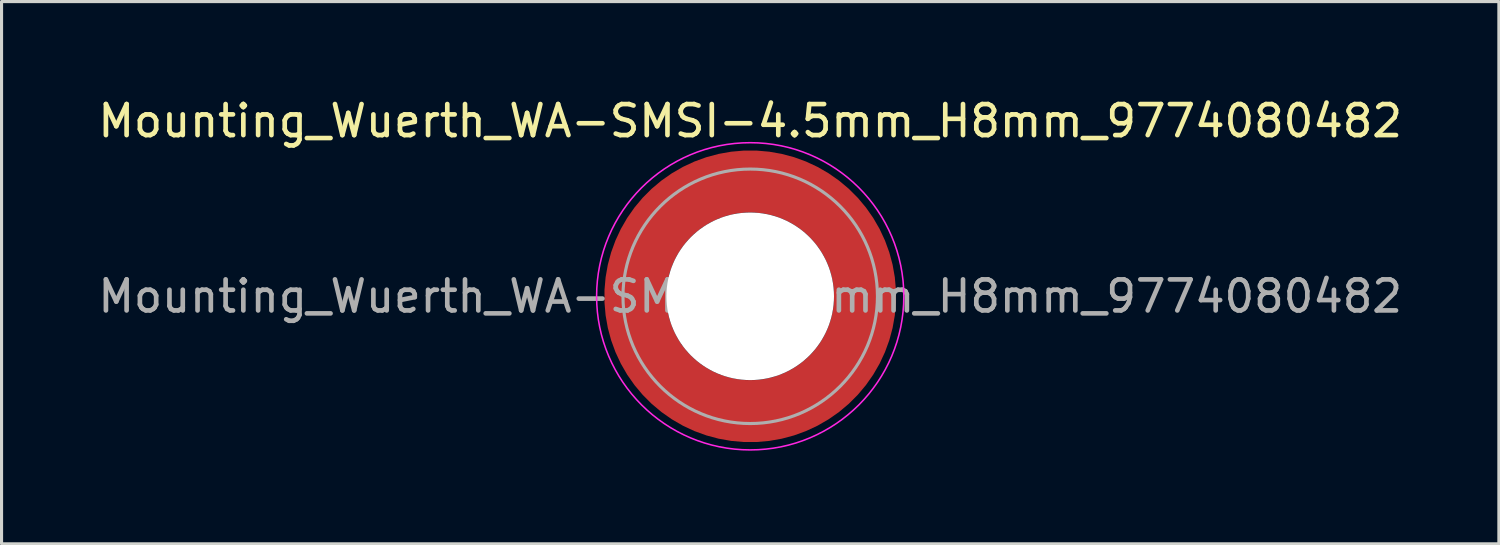
<source format=kicad_pcb>
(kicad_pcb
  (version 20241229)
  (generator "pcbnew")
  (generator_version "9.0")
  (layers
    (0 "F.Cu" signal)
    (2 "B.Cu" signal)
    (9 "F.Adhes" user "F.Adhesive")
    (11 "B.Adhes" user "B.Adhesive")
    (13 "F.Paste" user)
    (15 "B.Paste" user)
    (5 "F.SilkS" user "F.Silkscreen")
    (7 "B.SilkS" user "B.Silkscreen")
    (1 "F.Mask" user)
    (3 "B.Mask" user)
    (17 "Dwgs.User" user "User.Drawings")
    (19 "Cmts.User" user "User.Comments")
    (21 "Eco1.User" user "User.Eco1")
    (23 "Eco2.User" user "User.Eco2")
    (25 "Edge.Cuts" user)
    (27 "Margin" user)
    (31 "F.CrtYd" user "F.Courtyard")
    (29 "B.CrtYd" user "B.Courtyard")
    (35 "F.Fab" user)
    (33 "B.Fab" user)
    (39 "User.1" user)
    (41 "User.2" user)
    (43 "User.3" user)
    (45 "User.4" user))
  (footprint "Mounting_Wuerth_WA-SMSI-4.5mm_H8mm_9774080482"
    (layer "F.Cu")
    (at 21.125 6.498)
    (property "Reference" "Mounting_Wuerth_WA-SMSI-4.5mm_H8mm_9774080482" (at 0 -5.65 0) (layer "F.SilkS") (effects (font (size 1 1) (thickness 0.15))))
    (attr smd)
    (fp_circle (center 0 0) (end 4.95 0) (stroke (width 0.05) (type solid)) (fill no) (layer "F.CrtYd"))
    (fp_circle (center 0 0) (end 4.1 0) (stroke (width 0.1) (type solid)) (fill no) (layer "F.Fab"))
    (fp_text user "${REFERENCE}" (at 0 0 0) (layer "F.Fab") (effects (font (size 1 1) (thickness 0.15))))
    (pad "" smd custom (at -2.607 -2.607) (size 1.495 1.495) (layers "F.Paste") (options (anchor circle)) (primitives (gr_arc (start -0.188183 2.107456) (mid 0.598928 0.599619) (end 2.106494 -0.188011) (width 0.2)) (gr_arc (start -0.289416 2.107456) (mid 0.528508 0.529033) (end 2.106724 -0.28929) (width 0.2)) (gr_arc (start -0.390547 2.107456) (mid 0.457087 0.459449) (end 2.104161 -0.389996) (width 0.2)) (gr_arc (start -0.491585 2.107456) (mid 0.386415 0.389116) (end 2.103685 -0.490974) (width 0.2)) (gr_arc (start -0.59254 2.107456) (mid 0.31649 0.318035) (end 2.105297 -0.592202) (width 0.2)) (gr_arc (start -0.693419 2.107456) (mid 0.245252 0.248268) (end 2.103239 -0.692777) (width 0.2)) (gr_arc (start -0.794229 2.107456) (mid 0.174636 0.177878) (end 2.102921 -0.793559) (width 0.2)) (gr_arc (start -0.894975 2.107456) (mid 0.104643 0.106866) (end 2.104343 -0.894529) (width 0.2)) (gr_arc (start -0.995664 2.107456) (mid 0.033026 0.037479) (end 2.101219 -0.994793) (width 0.2)) (gr_arc (start -1.0963 2.107456) (mid -0.035789 -0.034714) (end 2.105949 -1.096096) (width 0.2)) (gr_arc (start -1.196886 2.107456) (mid -0.106351 -0.105157) (end 2.105783 -1.196666) (width 0.2)) (gr_arc (start -1.297427 2.107456) (mid -0.176416 -0.176097) (end 2.107009 -1.29737) (width 0.2)) (gr_arc (start -1.397927 2.107456) (mid -0.248476 -0.245042) (end 2.102638 -1.397323) (width 0.2)) (gr_arc (start -1.498388 2.107456) (mid -0.317612 -0.316913) (end 2.106475 -1.498268) (width 0.2)) (gr_arc (start -1.598813 2.107456) (mid -0.388865 -0.386665) (end 2.104366 -1.598444) (width 0.2)) (gr_arc (start -1.699204 2.107456) (mid -0.459747 -0.456787) (end 2.103299 -1.698719) (width 0.2)) (gr_arc (start -1.799565 2.107456) (mid -0.530257 -0.527283) (end 2.103277 -1.799089) (width 0.2)) (gr_arc (start -1.899896 2.107456) (mid -0.600396 -0.59815) (end 2.104299 -1.899545) (width 0.2)) (gr_arc (start -1.899896 2.107456) (mid -0.600396 -0.59815) (end 2.104299 -1.899545) (width 0.2)) (gr_line (start 2.107 -0.188) (end 2.107 -1.9) (width 0.2)) (gr_line (start -0.188 2.107) (end -1.9 2.107) (width 0.2))))
    (pad "" smd custom (at -2.607 2.607) (size 1.495 1.495) (layers "F.Paste") (options (anchor circle)) (primitives (gr_arc (start 2.107456 0.188183) (mid 0.599619 -0.598928) (end -0.188011 -2.106494) (width 0.2)) (gr_arc (start 2.107456 0.289416) (mid 0.529033 -0.528508) (end -0.28929 -2.106724) (width 0.2)) (gr_arc (start 2.107456 0.390547) (mid 0.459449 -0.457087) (end -0.389996 -2.104161) (width 0.2)) (gr_arc (start 2.107456 0.491585) (mid 0.389116 -0.386415) (end -0.490974 -2.103685) (width 0.2)) (gr_arc (start 2.107456 0.59254) (mid 0.318035 -0.31649) (end -0.592202 -2.105297) (width 0.2)) (gr_arc (start 2.107456 0.693419) (mid 0.248268 -0.245252) (end -0.692777 -2.103239) (width 0.2)) (gr_arc (start 2.107456 0.794229) (mid 0.177878 -0.174636) (end -0.793559 -2.102921) (width 0.2)) (gr_arc (start 2.107456 0.894975) (mid 0.106866 -0.104643) (end -0.894529 -2.104343) (width 0.2)) (gr_arc (start 2.107456 0.995664) (mid 0.037479 -0.033026) (end -0.994793 -2.101219) (width 0.2)) (gr_arc (start 2.107456 1.0963) (mid -0.034714 0.035789) (end -1.096096 -2.105949) (width 0.2)) (gr_arc (start 2.107456 1.196886) (mid -0.105157 0.106351) (end -1.196666 -2.105783) (width 0.2)) (gr_arc (start 2.107456 1.297427) (mid -0.176097 0.176416) (end -1.29737 -2.107009) (width 0.2)) (gr_arc (start 2.107456 1.397927) (mid -0.245042 0.248476) (end -1.397323 -2.102638) (width 0.2)) (gr_arc (start 2.107456 1.498388) (mid -0.316913 0.317612) (end -1.498268 -2.106475) (width 0.2)) (gr_arc (start 2.107456 1.598813) (mid -0.386665 0.388865) (end -1.598444 -2.104366) (width 0.2)) (gr_arc (start 2.107456 1.699204) (mid -0.456787 0.459747) (end -1.698719 -2.103299) (width 0.2)) (gr_arc (start 2.107456 1.799565) (mid -0.527283 0.530257) (end -1.799089 -2.103277) (width 0.2)) (gr_arc (start 2.107456 1.899896) (mid -0.59815 0.600396) (end -1.899545 -2.104299) (width 0.2)) (gr_arc (start 2.107456 1.899896) (mid -0.59815 0.600396) (end -1.899545 -2.104299) (width 0.2)) (gr_line (start -0.188 -2.107) (end -1.9 -2.107) (width 0.2)) (gr_line (start 2.107 0.188) (end 2.107 1.9) (width 0.2))))
    (pad "" np_thru_hole circle (at 0 0) (size 5.4 5.4) (drill 5.4) (layers "*.Cu" "*.Mask"))
    (pad "" smd custom (at 2.607 -2.607) (size 1.495 1.495) (layers "F.Paste") (options (anchor circle)) (primitives (gr_arc (start -2.107456 -0.188183) (mid -0.599619 0.598928) (end 0.188011 2.106494) (width 0.2)) (gr_arc (start -2.107456 -0.289416) (mid -0.529033 0.528508) (end 0.28929 2.106724) (width 0.2)) (gr_arc (start -2.107456 -0.390547) (mid -0.459449 0.457087) (end 0.389996 2.104161) (width 0.2)) (gr_arc (start -2.107456 -0.491585) (mid -0.389116 0.386415) (end 0.490974 2.103685) (width 0.2)) (gr_arc (start -2.107456 -0.59254) (mid -0.318035 0.31649) (end 0.592202 2.105297) (width 0.2)) (gr_arc (start -2.107456 -0.693419) (mid -0.248268 0.245252) (end 0.692777 2.103239) (width 0.2)) (gr_arc (start -2.107456 -0.794229) (mid -0.177878 0.174636) (end 0.793559 2.102921) (width 0.2)) (gr_arc (start -2.107456 -0.894975) (mid -0.106866 0.104643) (end 0.894529 2.104343) (width 0.2)) (gr_arc (start -2.107456 -0.995664) (mid -0.037479 0.033026) (end 0.994793 2.101219) (width 0.2)) (gr_arc (start -2.107456 -1.0963) (mid 0.034714 -0.035789) (end 1.096096 2.105949) (width 0.2)) (gr_arc (start -2.107456 -1.196886) (mid 0.105157 -0.106351) (end 1.196666 2.105783) (width 0.2)) (gr_arc (start -2.107456 -1.297427) (mid 0.176097 -0.176416) (end 1.29737 2.107009) (width 0.2)) (gr_arc (start -2.107456 -1.397927) (mid 0.245042 -0.248476) (end 1.397323 2.102638) (width 0.2)) (gr_arc (start -2.107456 -1.498388) (mid 0.316913 -0.317612) (end 1.498268 2.106475) (width 0.2)) (gr_arc (start -2.107456 -1.598813) (mid 0.386665 -0.388865) (end 1.598444 2.104366) (width 0.2)) (gr_arc (start -2.107456 -1.699204) (mid 0.456787 -0.459747) (end 1.698719 2.103299) (width 0.2)) (gr_arc (start -2.107456 -1.799565) (mid 0.527283 -0.530257) (end 1.799089 2.103277) (width 0.2)) (gr_arc (start -2.107456 -1.899896) (mid 0.59815 -0.600396) (end 1.899545 2.104299) (width 0.2)) (gr_arc (start -2.107456 -1.899896) (mid 0.59815 -0.600396) (end 1.899545 2.104299) (width 0.2)) (gr_line (start 0.188 2.107) (end 1.9 2.107) (width 0.2)) (gr_line (start -2.107 -0.188) (end -2.107 -1.9) (width 0.2))))
    (pad "" smd custom (at 2.607 2.607) (size 1.495 1.495) (layers "F.Paste") (options (anchor circle)) (primitives (gr_arc (start 0.188183 -2.107456) (mid -0.598928 -0.599619) (end -2.106494 0.188011) (width 0.2)) (gr_arc (start 0.289416 -2.107456) (mid -0.528508 -0.529033) (end -2.106724 0.28929) (width 0.2)) (gr_arc (start 0.390547 -2.107456) (mid -0.457087 -0.459449) (end -2.104161 0.389996) (width 0.2)) (gr_arc (start 0.491585 -2.107456) (mid -0.386415 -0.389116) (end -2.103685 0.490974) (width 0.2)) (gr_arc (start 0.59254 -2.107456) (mid -0.31649 -0.318035) (end -2.105297 0.592202) (width 0.2)) (gr_arc (start 0.693419 -2.107456) (mid -0.245252 -0.248268) (end -2.103239 0.692777) (width 0.2)) (gr_arc (start 0.794229 -2.107456) (mid -0.174636 -0.177878) (end -2.102921 0.793559) (width 0.2)) (gr_arc (start 0.894975 -2.107456) (mid -0.104643 -0.106866) (end -2.104343 0.894529) (width 0.2)) (gr_arc (start 0.995664 -2.107456) (mid -0.033026 -0.037479) (end -2.101219 0.994793) (width 0.2)) (gr_arc (start 1.0963 -2.107456) (mid 0.035789 0.034714) (end -2.105949 1.096096) (width 0.2)) (gr_arc (start 1.196886 -2.107456) (mid 0.106351 0.105157) (end -2.105783 1.196666) (width 0.2)) (gr_arc (start 1.297427 -2.107456) (mid 0.176416 0.176097) (end -2.107009 1.29737) (width 0.2)) (gr_arc (start 1.397927 -2.107456) (mid 0.248476 0.245042) (end -2.102638 1.397323) (width 0.2)) (gr_arc (start 1.498388 -2.107456) (mid 0.317612 0.316913) (end -2.106475 1.498268) (width 0.2)) (gr_arc (start 1.598813 -2.107456) (mid 0.388865 0.386665) (end -2.104366 1.598444) (width 0.2)) (gr_arc (start 1.699204 -2.107456) (mid 0.459747 0.456787) (end -2.103299 1.698719) (width 0.2)) (gr_arc (start 1.799565 -2.107456) (mid 0.530257 0.527283) (end -2.103277 1.799089) (width 0.2)) (gr_arc (start 1.899896 -2.107456) (mid 0.600396 0.59815) (end -2.104299 1.899545) (width 0.2)) (gr_arc (start 1.899896 -2.107456) (mid 0.600396 0.59815) (end -2.104299 1.899545) (width 0.2)) (gr_line (start -2.107 0.188) (end -2.107 1.9) (width 0.2)) (gr_line (start 0.188 -2.107) (end 1.9 -2.107) (width 0.2))))
    (pad "1" smd circle (at -3.7 0) (size 1.6 1.6) (layers "F.Cu"))
    (pad "1" smd circle (at 0 -3.7) (size 1.6 1.6) (layers "F.Cu"))
    (pad "1" smd circle (at 0 3.7) (size 1.6 1.6) (layers "F.Cu"))
    (pad "1" smd custom (at 3.7 0) (size 1.6 1.6) (layers "F.Cu" "F.Mask") (options (anchor circle)) (primitives (gr_circle (center -3.7 0) (end 0 0) (width 2) (fill no)))))
  (gr_rect
    (start -3 -3)
    (end 45.25 14.473)
    (stroke (width 0.1) (type default))
    (fill no)
    (layer "Edge.Cuts")))
</source>
